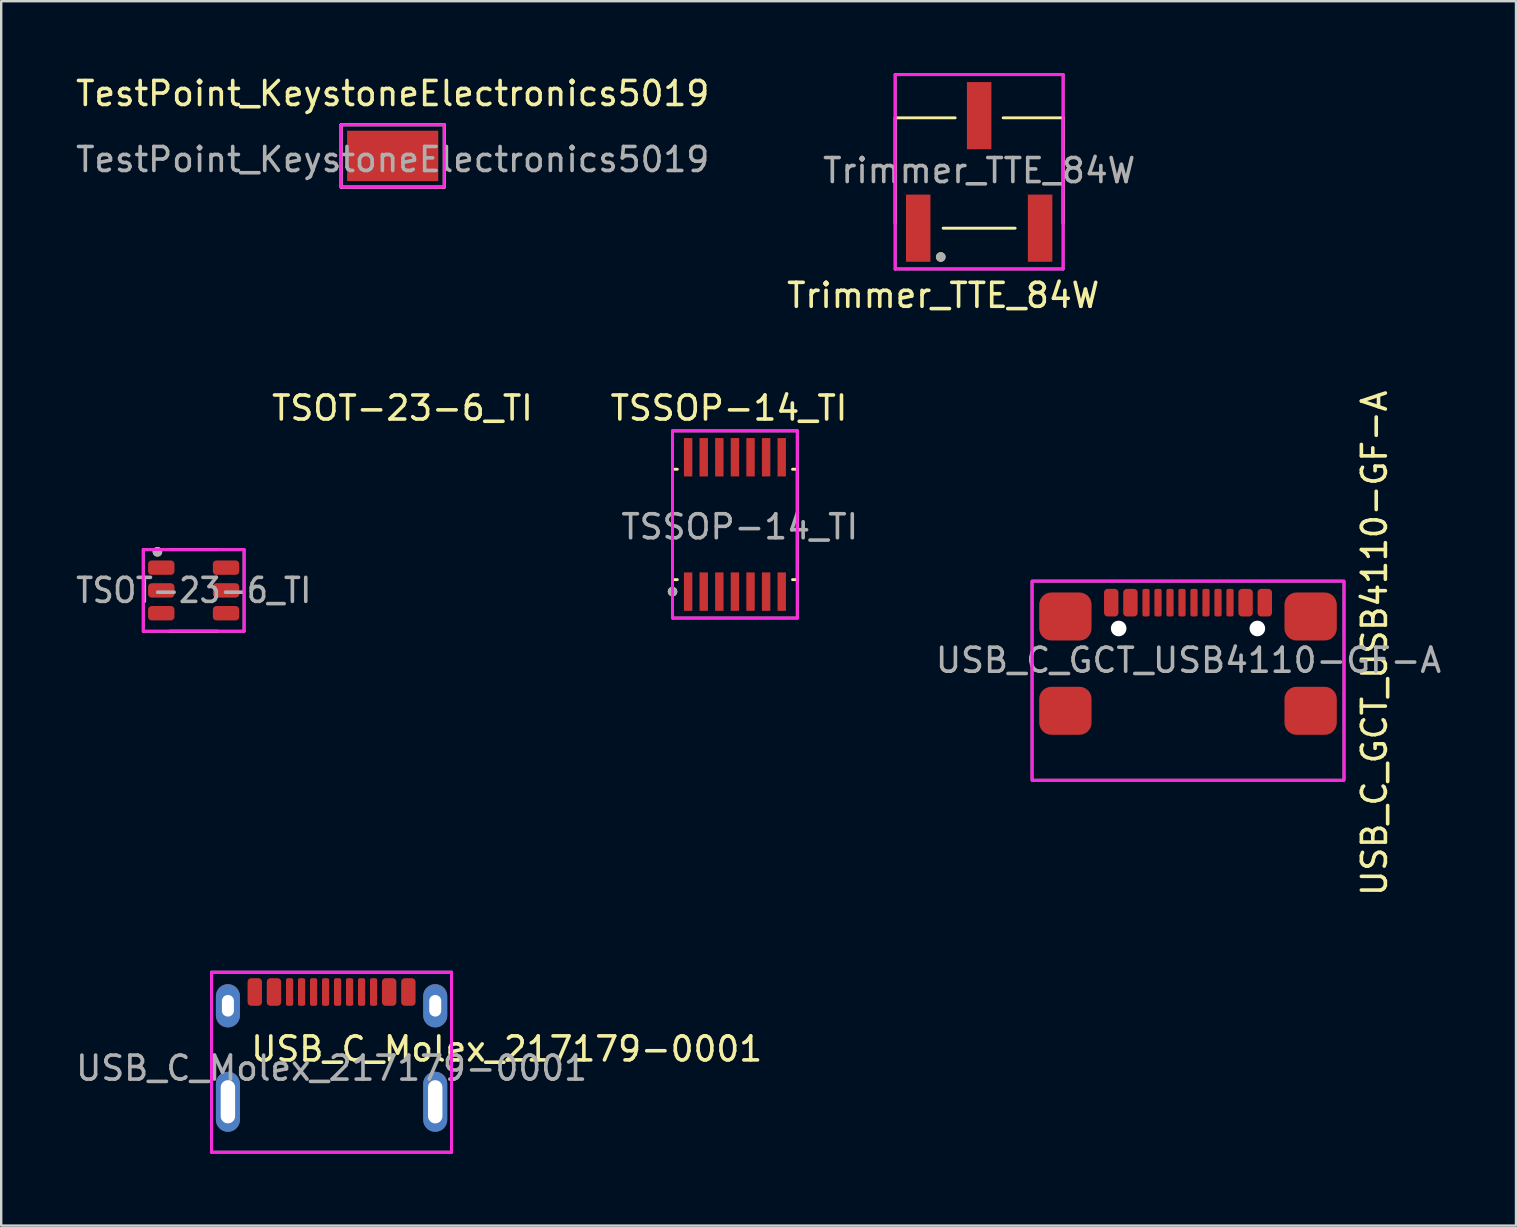
<source format=kicad_pcb>
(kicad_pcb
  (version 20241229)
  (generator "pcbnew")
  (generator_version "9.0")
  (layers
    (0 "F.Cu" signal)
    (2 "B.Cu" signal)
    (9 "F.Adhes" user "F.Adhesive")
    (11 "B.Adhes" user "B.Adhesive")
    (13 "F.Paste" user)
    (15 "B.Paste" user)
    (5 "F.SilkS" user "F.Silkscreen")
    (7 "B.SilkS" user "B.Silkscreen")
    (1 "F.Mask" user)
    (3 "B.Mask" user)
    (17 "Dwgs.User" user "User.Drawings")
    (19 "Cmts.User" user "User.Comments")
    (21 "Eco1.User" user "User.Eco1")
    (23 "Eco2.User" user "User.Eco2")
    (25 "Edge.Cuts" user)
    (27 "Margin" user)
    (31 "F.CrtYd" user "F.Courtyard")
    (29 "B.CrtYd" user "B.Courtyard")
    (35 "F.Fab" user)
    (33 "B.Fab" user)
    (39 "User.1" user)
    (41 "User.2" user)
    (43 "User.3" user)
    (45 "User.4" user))
  (footprint "USB_C_Molex_217179-0001"
    (layer "F.Cu")
    (at 10.768 42.866)
    (property "Reference" "USB_C_Molex_217179-0001" (at 7.3 -2.2 0) (layer "F.SilkS") (effects (font (size 1 1) (thickness 0.15))))
    (attr through_hole)
    (fp_line (start -5 2.1) (end -5 -5.4) (stroke (width 0.12) (type solid)) (layer "F.CrtYd"))
    (fp_line (start -5 2.1) (end 5 2.1) (stroke (width 0.12) (type solid)) (layer "F.CrtYd"))
    (fp_line (start 5 -5.4) (end -5 -5.4) (stroke (width 0.12) (type solid)) (layer "F.CrtYd"))
    (fp_line (start 5 2.1) (end 5 -5.4) (stroke (width 0.12) (type solid)) (layer "F.CrtYd"))
    (fp_line (start -5 -5.4) (end 5 -5.4) (stroke (width 0.12) (type solid)) (layer "F.Fab"))
    (fp_line (start -5 2.1) (end -5 -5.4) (stroke (width 0.12) (type solid)) (layer "F.Fab"))
    (fp_line (start 5 -5.4) (end 5 2.1) (stroke (width 0.12) (type solid)) (layer "F.Fab"))
    (fp_line (start 5 2.1) (end -5 2.1) (stroke (width 0.12) (type solid)) (layer "F.Fab"))
    (fp_text user "${REFERENCE}" (at 0 -1.4 0) (layer "F.Fab") (effects (font (size 1 1) (thickness 0.15))))
    (pad "A1B12" smd roundrect (at -3.2 -4.575) (size 0.6 1.15) (layers "F.Cu" "F.Mask" "F.Paste") (roundrect_rratio 0.25))
    (pad "A4B9" smd roundrect (at -2.4 -4.575) (size 0.6 1.15) (layers "F.Cu" "F.Mask" "F.Paste") (roundrect_rratio 0.25))
    (pad "A5" smd roundrect (at -1.25 -4.575) (size 0.3 1.15) (layers "F.Cu" "F.Mask" "F.Paste") (roundrect_rratio 0.25))
    (pad "A6" smd roundrect (at -0.25 -4.575) (size 0.3 1.15) (layers "F.Cu" "F.Mask" "F.Paste") (roundrect_rratio 0.25))
    (pad "A7" smd roundrect (at 0.25 -4.575) (size 0.3 1.15) (layers "F.Cu" "F.Mask" "F.Paste") (roundrect_rratio 0.25))
    (pad "A8" smd roundrect (at 1.25 -4.575) (size 0.3 1.15) (layers "F.Cu" "F.Mask" "F.Paste") (roundrect_rratio 0.25))
    (pad "B1A12" smd roundrect (at 3.2 -4.575) (size 0.6 1.15) (layers "F.Cu" "F.Mask" "F.Paste") (roundrect_rratio 0.25))
    (pad "B4A9" smd roundrect (at 2.4 -4.575) (size 0.6 1.15) (layers "F.Cu" "F.Mask" "F.Paste") (roundrect_rratio 0.25))
    (pad "B5" smd roundrect (at 1.75 -4.575) (size 0.3 1.15) (layers "F.Cu" "F.Mask" "F.Paste") (roundrect_rratio 0.25))
    (pad "B6" smd roundrect (at 0.75 -4.575) (size 0.3 1.15) (layers "F.Cu" "F.Mask" "F.Paste") (roundrect_rratio 0.25))
    (pad "B7" smd roundrect (at -0.75 -4.575) (size 0.3 1.15) (layers "F.Cu" "F.Mask" "F.Paste") (roundrect_rratio 0.25))
    (pad "B8" smd roundrect (at -1.75 -4.575) (size 0.3 1.15) (layers "F.Cu" "F.Mask" "F.Paste") (roundrect_rratio 0.25))
    (pad "S" thru_hole oval (at -4.32 -4) (size 1 1.8) (drill oval 0.5 0.9) (layers "*.Cu" "*.Mask"))
    (pad "S" thru_hole oval (at -4.32 0) (size 1 2.5) (drill oval 0.6 1.8) (layers "*.Cu" "*.Mask"))
    (pad "S" thru_hole oval (at 4.32 -4) (size 1 1.8) (drill oval 0.5 0.9) (layers "*.Cu" "*.Mask"))
    (pad "S" thru_hole oval (at 4.32 0) (size 1 2.5) (drill oval 0.6 1.8) (layers "*.Cu" "*.Mask")))
  (footprint "Trimmer_TTE_84W"
    (layer "F.Cu")
    (at 37.756 6.46)
    (property "Reference" "Trimmer_TTE_84W" (at -1.5 2.8 0) (layer "F.SilkS") (effects (font (size 1 1) (thickness 0.15))))
    (attr through_hole)
    (fp_line (start -3.5 -4.6) (end -1 -4.6) (stroke (width 0.12) (type solid)) (layer "F.SilkS"))
    (fp_line (start -3.5 -0.2) (end -3.5 -4.6) (stroke (width 0.12) (type solid)) (layer "F.SilkS"))
    (fp_line (start -1.5 0) (end 1.5 0) (stroke (width 0.12) (type solid)) (layer "F.SilkS"))
    (fp_line (start 3.5 -4.6) (end 1 -4.6) (stroke (width 0.12) (type solid)) (layer "F.SilkS"))
    (fp_line (start 3.5 -0.2) (end 3.5 -4.6) (stroke (width 0.12) (type solid)) (layer "F.SilkS"))
    (fp_circle (center -1.6 1.2) (end -1.5 1.2) (stroke (width 0.2) (type solid)) (fill no) (layer "F.SilkS"))
    (fp_line (start -3.5 -6.4) (end 3.5 -6.4) (stroke (width 0.12) (type solid)) (layer "F.CrtYd"))
    (fp_line (start -3.5 1.7) (end -3.5 -6.4) (stroke (width 0.12) (type solid)) (layer "F.CrtYd"))
    (fp_line (start 3.5 -6.4) (end 3.5 1.7) (stroke (width 0.12) (type solid)) (layer "F.CrtYd"))
    (fp_line (start 3.5 1.7) (end -3.5 1.7) (stroke (width 0.12) (type solid)) (layer "F.CrtYd"))
    (fp_line (start -3.5 -6.4) (end 3.5 -6.4) (stroke (width 0.12) (type solid)) (layer "F.Fab"))
    (fp_line (start -3.5 1.7) (end -3.5 -6.4) (stroke (width 0.12) (type solid)) (layer "F.Fab"))
    (fp_line (start 3.5 -6.4) (end 3.5 1.7) (stroke (width 0.12) (type solid)) (layer "F.Fab"))
    (fp_line (start 3.5 1.7) (end -3.5 1.7) (stroke (width 0.12) (type solid)) (layer "F.Fab"))
    (fp_circle (center -1.6 1.2) (end -1.5 1.2) (stroke (width 0.2) (type solid)) (fill no) (layer "F.Fab"))
    (fp_text user "${REFERENCE}" (at 0 -2.4 0) (layer "F.Fab") (effects (font (size 1 1) (thickness 0.15))))
    (pad "1" smd rect (at -2.54 0) (size 1.02 2.8) (layers "F.Cu" "F.Mask" "F.Paste"))
    (pad "2" smd rect (at 0 -4.69) (size 1.02 2.8) (layers "F.Cu" "F.Mask" "F.Paste"))
    (pad "3" smd rect (at 2.54 0) (size 1.02 2.8) (layers "F.Cu" "F.Mask" "F.Paste")))
  (footprint "TSOT-23-6_TI"
    (layer "F.Cu")
    (at 5.021 21.556)
    (property "Reference" "TSOT-23-6_TI" (at 8.7 -7.6 0) (layer "F.SilkS") (effects (font (size 1 1) (thickness 0.15))))
    (attr through_hole)
    (fp_line (start -1 -1.7) (end 1 -1.7) (stroke (width 0.12) (type solid)) (layer "F.SilkS"))
    (fp_line (start -1 1.7) (end 1 1.7) (stroke (width 0.12) (type solid)) (layer "F.SilkS"))
    (fp_circle (center -1.51 -1.61) (end -1.41 -1.61) (stroke (width 0.2) (type solid)) (fill no) (layer "F.SilkS"))
    (fp_line (start -2.1 -1.7) (end 2.1 -1.7) (stroke (width 0.12) (type solid)) (layer "F.CrtYd"))
    (fp_line (start -2.1 1.7) (end -2.1 -1.7) (stroke (width 0.12) (type solid)) (layer "F.CrtYd"))
    (fp_line (start 2.1 -1.7) (end 2.1 1.7) (stroke (width 0.12) (type solid)) (layer "F.CrtYd"))
    (fp_line (start 2.1 1.7) (end -2.1 1.7) (stroke (width 0.12) (type solid)) (layer "F.CrtYd"))
    (fp_line (start -2.1 -1.7) (end 2.1 -1.7) (stroke (width 0.12) (type solid)) (layer "F.Fab"))
    (fp_line (start -2.1 1.7) (end -2.1 -1.7) (stroke (width 0.12) (type solid)) (layer "F.Fab"))
    (fp_line (start 2.1 -1.7) (end 2.1 1.7) (stroke (width 0.12) (type solid)) (layer "F.Fab"))
    (fp_line (start 2.1 1.7) (end -2.1 1.7) (stroke (width 0.12) (type solid)) (layer "F.Fab"))
    (fp_circle (center -1.51 -1.61) (end -1.41 -1.61) (stroke (width 0.2) (type solid)) (fill no) (layer "F.Fab"))
    (fp_text user "${REFERENCE}" (at 0 0 0) (unlocked yes) (layer "F.Fab") (effects (font (size 1 0.9) (thickness 0.15))))
    (pad "1" smd roundrect (at -1.35 -0.95) (size 1.1 0.6) (layers "F.Cu" "F.Mask" "F.Paste") (roundrect_rratio 0.25))
    (pad "2" smd roundrect (at -1.35 0) (size 1.1 0.6) (layers "F.Cu" "F.Mask" "F.Paste") (roundrect_rratio 0.25))
    (pad "3" smd roundrect (at -1.35 0.95) (size 1.1 0.6) (layers "F.Cu" "F.Mask" "F.Paste") (roundrect_rratio 0.25))
    (pad "4" smd roundrect (at 1.35 0.95) (size 1.1 0.6) (layers "F.Cu" "F.Mask" "F.Paste") (roundrect_rratio 0.25))
    (pad "5" smd roundrect (at 1.35 0) (size 1.1 0.6) (layers "F.Cu" "F.Mask" "F.Paste") (roundrect_rratio 0.25))
    (pad "6" smd roundrect (at 1.35 -0.95) (size 1.1 0.6) (layers "F.Cu" "F.Mask" "F.Paste") (roundrect_rratio 0.25)))
  (footprint "TSSOP-14_TI"
    (layer "F.Cu")
    (at 27.578 18.806)
    (property "Reference" "TSSOP-14_TI" (at -0.25 -4.85 180) (layer "F.SilkS") (effects (font (size 1 1) (thickness 0.15))))
    (attr smd)
    (fp_line (start -2.6 -2.3) (end -2.6 2.3) (stroke (width 0.12) (type solid)) (layer "F.SilkS"))
    (fp_line (start -2.6 -2.3) (end -2.4 -2.3) (stroke (width 0.12) (type solid)) (layer "F.SilkS"))
    (fp_line (start -2.6 2.3) (end -2.4 2.3) (stroke (width 0.12) (type solid)) (layer "F.SilkS"))
    (fp_line (start 2.6 -2.3) (end 2.4 -2.3) (stroke (width 0.12) (type solid)) (layer "F.SilkS"))
    (fp_line (start 2.6 -2.3) (end 2.6 2.3) (stroke (width 0.12) (type solid)) (layer "F.SilkS"))
    (fp_line (start 2.6 2.3) (end 2.4 2.3) (stroke (width 0.12) (type solid)) (layer "F.SilkS"))
    (fp_circle (center -2.6 2.8) (end -2.5 2.8) (stroke (width 0.2) (type solid)) (fill no) (layer "F.SilkS"))
    (fp_line (start -2.6 -3.9) (end -2.6 3.9) (stroke (width 0.12) (type solid)) (layer "F.CrtYd"))
    (fp_line (start -2.6 -3.9) (end 2.6 -3.9) (stroke (width 0.12) (type solid)) (layer "F.CrtYd"))
    (fp_line (start 2.6 -3.9) (end 2.6 3.9) (stroke (width 0.12) (type solid)) (layer "F.CrtYd"))
    (fp_line (start 2.6 3.9) (end -2.6 3.9) (stroke (width 0.12) (type solid)) (layer "F.CrtYd"))
    (fp_line (start -2.6 -3.9) (end 2.6 -3.9) (stroke (width 0.12) (type solid)) (layer "F.Fab"))
    (fp_line (start -2.6 3.9) (end -2.6 -3.9) (stroke (width 0.12) (type solid)) (layer "F.Fab"))
    (fp_line (start 2.6 -3.9) (end 2.6 3.9) (stroke (width 0.12) (type solid)) (layer "F.Fab"))
    (fp_line (start 2.6 3.9) (end -2.6 3.9) (stroke (width 0.12) (type solid)) (layer "F.Fab"))
    (fp_circle (center -2.6 2.8) (end -2.5 2.8) (stroke (width 0.2) (type solid)) (fill no) (layer "F.Fab"))
    (fp_text user "${REFERENCE}" (at 0.2 0.1 0) (layer "F.Fab") (effects (font (size 1 1) (thickness 0.15))))
    (pad "1" smd rect (at -1.95 2.8) (size 0.35 1.6) (layers "F.Cu" "F.Mask" "F.Paste"))
    (pad "2" smd rect (at -1.3 2.8) (size 0.35 1.6) (layers "F.Cu" "F.Mask" "F.Paste"))
    (pad "3" smd rect (at -0.65 2.8) (size 0.35 1.6) (layers "F.Cu" "F.Mask" "F.Paste"))
    (pad "4" smd rect (at 0 2.8) (size 0.35 1.6) (layers "F.Cu" "F.Mask" "F.Paste"))
    (pad "5" smd rect (at 0.65 2.8) (size 0.35 1.6) (layers "F.Cu" "F.Mask" "F.Paste"))
    (pad "6" smd rect (at 1.3 2.8) (size 0.35 1.6) (layers "F.Cu" "F.Mask" "F.Paste"))
    (pad "7" smd rect (at 1.95 2.8) (size 0.35 1.6) (layers "F.Cu" "F.Mask" "F.Paste"))
    (pad "8" smd rect (at 1.95 -2.8) (size 0.35 1.6) (layers "F.Cu" "F.Mask" "F.Paste"))
    (pad "9" smd rect (at 1.3 -2.8) (size 0.35 1.6) (layers "F.Cu" "F.Mask" "F.Paste"))
    (pad "10" smd rect (at 0.65 -2.8) (size 0.35 1.6) (layers "F.Cu" "F.Mask" "F.Paste"))
    (pad "11" smd rect (at 0 -2.8) (size 0.35 1.6) (layers "F.Cu" "F.Mask" "F.Paste"))
    (pad "12" smd rect (at -0.65 -2.8) (size 0.35 1.6) (layers "F.Cu" "F.Mask" "F.Paste"))
    (pad "13" smd rect (at -1.3 -2.8) (size 0.35 1.6) (layers "F.Cu" "F.Mask" "F.Paste"))
    (pad "14" smd rect (at -1.95 -2.8) (size 0.35 1.6) (layers "F.Cu" "F.Mask" "F.Paste")))
  (footprint "TestPoint_KeystoneElectronics5019"
    (layer "F.Cu")
    (at 13.315 3.448)
    (property "Reference" "TestPoint_KeystoneElectronics5019" (at 0 -2.6 0) (layer "F.SilkS") (effects (font (size 1 1) (thickness 0.15))))
    (attr through_hole)
    (fp_line (start -2.15 -1.3) (end 2.15 -1.3) (stroke (width 0.12) (type solid)) (layer "F.SilkS"))
    (fp_line (start -2.15 1.3) (end -2.15 -1.3) (stroke (width 0.12) (type solid)) (layer "F.SilkS"))
    (fp_line (start 2.15 -1.3) (end 2.15 1.3) (stroke (width 0.12) (type solid)) (layer "F.SilkS"))
    (fp_line (start 2.15 1.3) (end -2.15 1.3) (stroke (width 0.12) (type solid)) (layer "F.SilkS"))
    (fp_line (start -2.15 -1.3) (end 2.15 -1.3) (stroke (width 0.12) (type solid)) (layer "F.CrtYd"))
    (fp_line (start -2.15 1.25) (end -2.15 -1.25) (stroke (width 0.12) (type solid)) (layer "F.CrtYd"))
    (fp_line (start 2.15 -1.25) (end 2.15 1.25) (stroke (width 0.12) (type solid)) (layer "F.CrtYd"))
    (fp_line (start 2.15 1.3) (end -2.15 1.3) (stroke (width 0.12) (type solid)) (layer "F.CrtYd"))
    (fp_line (start -2.15 -1.3) (end 2.15 -1.3) (stroke (width 0.12) (type solid)) (layer "F.Fab"))
    (fp_line (start -2.15 1.25) (end -2.15 -1.25) (stroke (width 0.12) (type solid)) (layer "F.Fab"))
    (fp_line (start 2.15 -1.25) (end 2.15 1.25) (stroke (width 0.12) (type solid)) (layer "F.Fab"))
    (fp_line (start 2.15 1.3) (end -2.15 1.3) (stroke (width 0.12) (type solid)) (layer "F.Fab"))
    (fp_text user "${REFERENCE}" (at 0 0.15 0) (layer "F.Fab") (effects (font (size 1 1) (thickness 0.15))))
    (pad "1" smd rect (at 0 0) (size 3.8 2.1) (layers "F.Cu" "F.Mask" "F.Paste")))
  (footprint "USB_C_GCT_USB4110-GF-A"
    (layer "F.Cu")
    (at 46.46 22.067)
    (property "Reference" "USB_C_GCT_USB4110-GF-A" (at 7.77 1.69 90) (layer "F.SilkS") (effects (font (size 1 1) (thickness 0.15))))
    (attr through_hole)
    (fp_rect (start -6.5 -0.9) (end 6.5 7.4) (stroke (width 0.12) (type solid)) (fill no) (layer "F.CrtYd"))
    (fp_rect (start 6.5 7.4) (end -6.5 -0.9) (stroke (width 0.12) (type solid)) (fill no) (layer "F.Fab"))
    (fp_text user "${REFERENCE}" (at 0.02 2.4 0) (layer "F.Fab") (effects (font (size 1 1) (thickness 0.15))))
    (pad "" np_thru_hole circle (at -2.89 1.075) (size 0.65 0.65) (drill 0.65) (layers "*.Cu" "*.Mask"))
    (pad "" np_thru_hole circle (at 2.89 1.075 90) (size 0.65 0.65) (drill 0.65) (layers "*.Cu" "*.Mask"))
    (pad "A1B12" smd roundrect (at -3.2 0) (size 0.6 1.15) (layers "F.Cu" "F.Mask" "F.Paste") (roundrect_rratio 0.25))
    (pad "A4B9" smd roundrect (at -2.4 0) (size 0.6 1.15) (layers "F.Cu" "F.Mask" "F.Paste") (roundrect_rratio 0.25))
    (pad "A5" smd roundrect (at -1.25 0) (size 0.3 1.15) (layers "F.Cu" "F.Mask" "F.Paste") (roundrect_rratio 0.25))
    (pad "A6" smd roundrect (at -0.25 0) (size 0.3 1.15) (layers "F.Cu" "F.Mask" "F.Paste") (roundrect_rratio 0.25))
    (pad "A7" smd roundrect (at 0.25 0) (size 0.3 1.15) (layers "F.Cu" "F.Mask" "F.Paste") (roundrect_rratio 0.25))
    (pad "A8" smd roundrect (at 1.25 0) (size 0.3 1.15) (layers "F.Cu" "F.Mask" "F.Paste") (roundrect_rratio 0.25))
    (pad "B1A12" smd roundrect (at 3.2 0) (size 0.6 1.15) (layers "F.Cu" "F.Mask" "F.Paste") (roundrect_rratio 0.25))
    (pad "B4A9" smd roundrect (at 2.4 0) (size 0.6 1.15) (layers "F.Cu" "F.Mask" "F.Paste") (roundrect_rratio 0.25))
    (pad "B5" smd roundrect (at 1.75 0) (size 0.3 1.15) (layers "F.Cu" "F.Mask" "F.Paste") (roundrect_rratio 0.25))
    (pad "B6" smd roundrect (at 0.75 0) (size 0.3 1.15) (layers "F.Cu" "F.Mask" "F.Paste") (roundrect_rratio 0.25))
    (pad "B7" smd roundrect (at -0.75 0) (size 0.3 1.15) (layers "F.Cu" "F.Mask" "F.Paste") (roundrect_rratio 0.25))
    (pad "B8" smd roundrect (at -1.75 0) (size 0.3 1.15) (layers "F.Cu" "F.Mask" "F.Paste") (roundrect_rratio 0.25))
    (pad "S" smd roundrect (at -5.11 0.575) (size 2.18 2) (layers "F.Cu" "F.Mask" "F.Paste") (roundrect_rratio 0.25))
    (pad "S" smd roundrect (at -5.11 4.505) (size 2.18 2) (layers "F.Cu" "F.Mask" "F.Paste") (roundrect_rratio 0.25))
    (pad "S" smd roundrect (at 5.11 0.575) (size 2.18 2) (layers "F.Cu" "F.Mask" "F.Paste") (roundrect_rratio 0.25))
    (pad "S" smd roundrect (at 5.11 4.505) (size 2.18 2) (layers "F.Cu" "F.Mask" "F.Paste") (roundrect_rratio 0.25)))
  (gr_rect
    (start -3 -3)
    (end 60.129 48.026)
    (stroke (width 0.1) (type default))
    (fill no)
    (layer "Edge.Cuts")))
</source>
